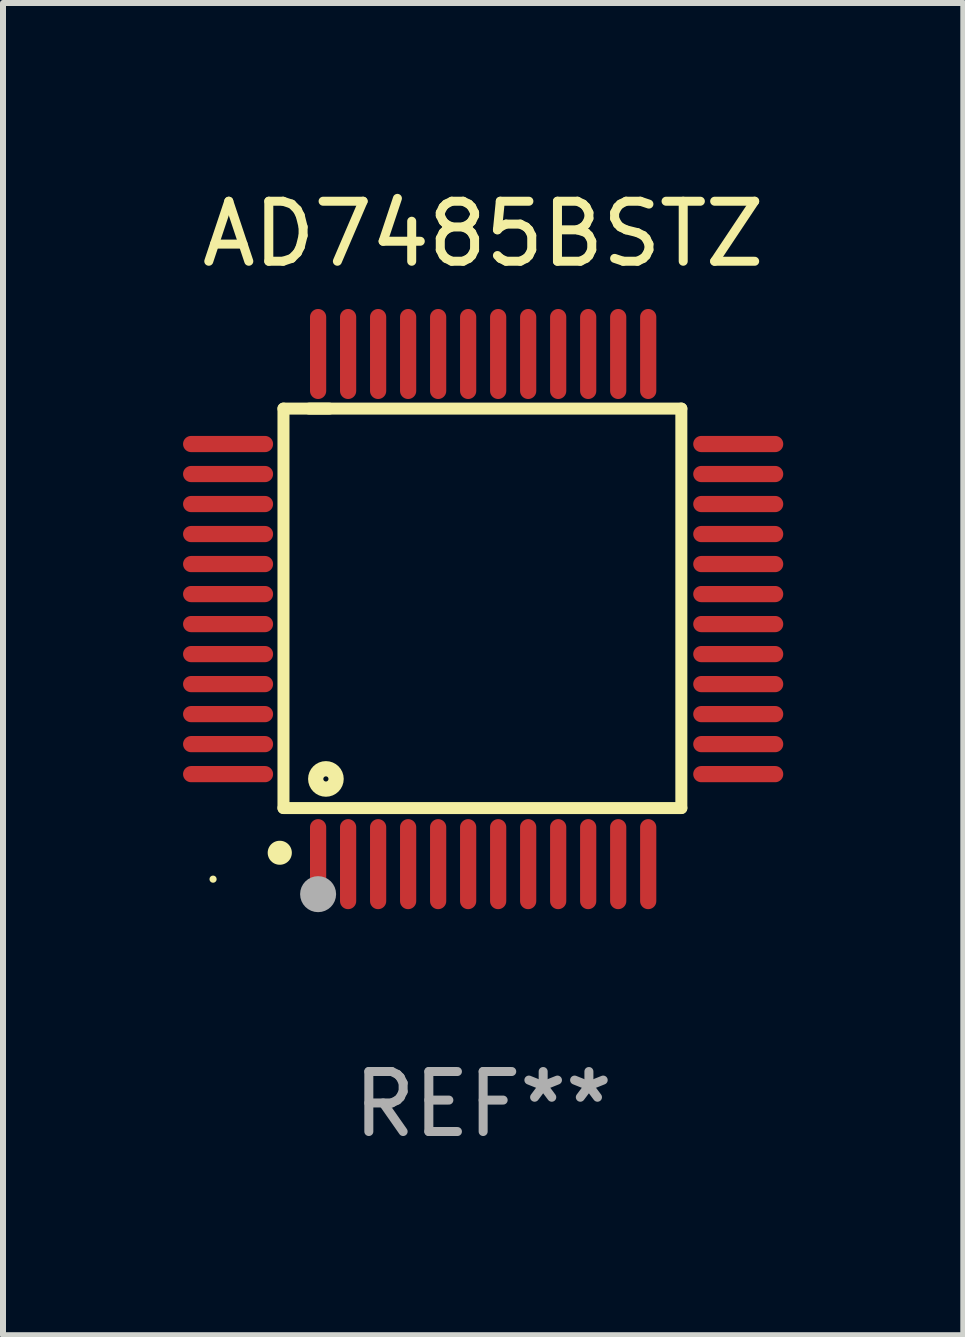
<source format=kicad_pcb>
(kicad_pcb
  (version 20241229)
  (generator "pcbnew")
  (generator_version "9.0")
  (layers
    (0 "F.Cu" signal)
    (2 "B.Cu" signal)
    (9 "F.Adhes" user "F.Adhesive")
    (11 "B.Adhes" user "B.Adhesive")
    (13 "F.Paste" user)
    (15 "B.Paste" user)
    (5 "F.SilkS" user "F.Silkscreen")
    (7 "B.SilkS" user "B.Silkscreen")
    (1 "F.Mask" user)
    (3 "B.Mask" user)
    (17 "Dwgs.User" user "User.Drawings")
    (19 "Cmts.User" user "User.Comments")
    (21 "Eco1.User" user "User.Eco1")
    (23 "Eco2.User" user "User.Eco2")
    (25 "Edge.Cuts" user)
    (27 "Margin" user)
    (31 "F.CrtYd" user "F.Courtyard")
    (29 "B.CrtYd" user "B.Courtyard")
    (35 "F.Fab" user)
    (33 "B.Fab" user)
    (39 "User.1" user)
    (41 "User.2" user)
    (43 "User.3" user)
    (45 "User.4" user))
  (footprint "AD7485BSTZ"
    (layer "F.Cu")
    (at 5 7.098)
    (property "Reference" "AD7485BSTZ" (at 0 -6.25 0) (layer "F.SilkS") (effects (font (size 1 1) (thickness 0.15))))
    (attr through_hole)
    (fp_line (start -3.327 -3.34) (end -2.565 -3.34) (stroke (width 0.2) (type solid)) (layer "F.SilkS"))
    (fp_line (start -3.327 3.315) (end -3.327 -3.34) (stroke (width 0.2) (type solid)) (layer "F.SilkS"))
    (fp_line (start -2.896 -3.34) (end 3.302 -3.34) (stroke (width 0.2) (type solid)) (layer "F.SilkS"))
    (fp_line (start 3.302 -3.34) (end 3.302 3.315) (stroke (width 0.2) (type solid)) (layer "F.SilkS"))
    (fp_line (start 3.302 3.315) (end -3.327 3.315) (stroke (width 0.2) (type solid)) (layer "F.SilkS"))
    (fp_arc (start -3.389992 4.059995) (mid -3.388722 4.059991) (end -3.387452 4.059995) (stroke (width 0.4) (type solid)) (layer "F.SilkS"))
    (fp_circle (center -4.5 4.5) (end -4.47 4.5) (stroke (width 0.06) (type solid)) (fill no) (layer "F.SilkS"))
    (fp_circle (center -2.62 2.83) (end -2.45 2.83) (stroke (width 0.254) (type solid)) (fill no) (layer "F.SilkS"))
    (fp_circle (center -2.75 4.75) (end -2.6 4.75) (stroke (width 0.3) (type solid)) (fill no) (layer "F.Fab"))
    (fp_text user "REF**" (at 0 8.25 0) (layer "F.Fab") (effects (font (size 1 1) (thickness 0.15))))
    (pad "1" smd oval (at -2.75 4.25) (size 0.27 1.5) (layers "F.Cu" "F.Mask" "F.Paste"))
    (pad "2" smd oval (at -2.25 4.25) (size 0.27 1.5) (layers "F.Cu" "F.Mask" "F.Paste"))
    (pad "3" smd oval (at -1.75 4.25) (size 0.27 1.5) (layers "F.Cu" "F.Mask" "F.Paste"))
    (pad "4" smd oval (at -1.25 4.25) (size 0.27 1.5) (layers "F.Cu" "F.Mask" "F.Paste"))
    (pad "5" smd oval (at -0.75 4.25) (size 0.27 1.5) (layers "F.Cu" "F.Mask" "F.Paste"))
    (pad "6" smd oval (at -0.25 4.25) (size 0.27 1.5) (layers "F.Cu" "F.Mask" "F.Paste"))
    (pad "7" smd oval (at 0.25 4.25) (size 0.27 1.5) (layers "F.Cu" "F.Mask" "F.Paste"))
    (pad "8" smd oval (at 0.75 4.25) (size 0.27 1.5) (layers "F.Cu" "F.Mask" "F.Paste"))
    (pad "9" smd oval (at 1.25 4.25) (size 0.27 1.5) (layers "F.Cu" "F.Mask" "F.Paste"))
    (pad "10" smd oval (at 1.75 4.25) (size 0.27 1.5) (layers "F.Cu" "F.Mask" "F.Paste"))
    (pad "11" smd oval (at 2.25 4.25) (size 0.27 1.5) (layers "F.Cu" "F.Mask" "F.Paste"))
    (pad "12" smd oval (at 2.75 4.25) (size 0.27 1.5) (layers "F.Cu" "F.Mask" "F.Paste"))
    (pad "13" smd oval (at 4.25 2.75) (size 1.5 0.27) (layers "F.Cu" "F.Mask" "F.Paste"))
    (pad "14" smd oval (at 4.25 2.25) (size 1.5 0.27) (layers "F.Cu" "F.Mask" "F.Paste"))
    (pad "15" smd oval (at 4.25 1.75) (size 1.5 0.27) (layers "F.Cu" "F.Mask" "F.Paste"))
    (pad "16" smd oval (at 4.25 1.25) (size 1.5 0.27) (layers "F.Cu" "F.Mask" "F.Paste"))
    (pad "17" smd oval (at 4.25 0.75) (size 1.5 0.27) (layers "F.Cu" "F.Mask" "F.Paste"))
    (pad "18" smd oval (at 4.25 0.25) (size 1.5 0.27) (layers "F.Cu" "F.Mask" "F.Paste"))
    (pad "19" smd oval (at 4.25 -0.25) (size 1.5 0.27) (layers "F.Cu" "F.Mask" "F.Paste"))
    (pad "20" smd oval (at 4.25 -0.75) (size 1.5 0.27) (layers "F.Cu" "F.Mask" "F.Paste"))
    (pad "21" smd oval (at 4.25 -1.25) (size 1.5 0.27) (layers "F.Cu" "F.Mask" "F.Paste"))
    (pad "22" smd oval (at 4.25 -1.75) (size 1.5 0.27) (layers "F.Cu" "F.Mask" "F.Paste"))
    (pad "23" smd oval (at 4.25 -2.25) (size 1.5 0.27) (layers "F.Cu" "F.Mask" "F.Paste"))
    (pad "24" smd oval (at 4.25 -2.75) (size 1.5 0.27) (layers "F.Cu" "F.Mask" "F.Paste"))
    (pad "25" smd oval (at 2.75 -4.25) (size 0.27 1.5) (layers "F.Cu" "F.Mask" "F.Paste"))
    (pad "26" smd oval (at 2.25 -4.25) (size 0.27 1.5) (layers "F.Cu" "F.Mask" "F.Paste"))
    (pad "27" smd oval (at 1.75 -4.25) (size 0.27 1.5) (layers "F.Cu" "F.Mask" "F.Paste"))
    (pad "28" smd oval (at 1.25 -4.25) (size 0.27 1.5) (layers "F.Cu" "F.Mask" "F.Paste"))
    (pad "29" smd oval (at 0.75 -4.25) (size 0.27 1.5) (layers "F.Cu" "F.Mask" "F.Paste"))
    (pad "30" smd oval (at 0.25 -4.25) (size 0.27 1.5) (layers "F.Cu" "F.Mask" "F.Paste"))
    (pad "31" smd oval (at -0.25 -4.25) (size 0.27 1.5) (layers "F.Cu" "F.Mask" "F.Paste"))
    (pad "32" smd oval (at -0.75 -4.25) (size 0.27 1.5) (layers "F.Cu" "F.Mask" "F.Paste"))
    (pad "33" smd oval (at -1.25 -4.25) (size 0.27 1.5) (layers "F.Cu" "F.Mask" "F.Paste"))
    (pad "34" smd oval (at -1.75 -4.25) (size 0.27 1.5) (layers "F.Cu" "F.Mask" "F.Paste"))
    (pad "35" smd oval (at -2.25 -4.25) (size 0.27 1.5) (layers "F.Cu" "F.Mask" "F.Paste"))
    (pad "36" smd oval (at -2.75 -4.25) (size 0.27 1.5) (layers "F.Cu" "F.Mask" "F.Paste"))
    (pad "37" smd oval (at -4.25 -2.75) (size 1.5 0.27) (layers "F.Cu" "F.Mask" "F.Paste"))
    (pad "38" smd oval (at -4.25 -2.25) (size 1.5 0.27) (layers "F.Cu" "F.Mask" "F.Paste"))
    (pad "39" smd oval (at -4.25 -1.75) (size 1.5 0.27) (layers "F.Cu" "F.Mask" "F.Paste"))
    (pad "40" smd oval (at -4.25 -1.25) (size 1.5 0.27) (layers "F.Cu" "F.Mask" "F.Paste"))
    (pad "41" smd oval (at -4.25 -0.75) (size 1.5 0.27) (layers "F.Cu" "F.Mask" "F.Paste"))
    (pad "42" smd oval (at -4.25 -0.25) (size 1.5 0.27) (layers "F.Cu" "F.Mask" "F.Paste"))
    (pad "43" smd oval (at -4.25 0.25) (size 1.5 0.27) (layers "F.Cu" "F.Mask" "F.Paste"))
    (pad "44" smd oval (at -4.25 0.75) (size 1.5 0.27) (layers "F.Cu" "F.Mask" "F.Paste"))
    (pad "45" smd oval (at -4.25 1.25) (size 1.5 0.27) (layers "F.Cu" "F.Mask" "F.Paste"))
    (pad "46" smd oval (at -4.25 1.75) (size 1.5 0.27) (layers "F.Cu" "F.Mask" "F.Paste"))
    (pad "47" smd oval (at -4.25 2.25) (size 1.5 0.27) (layers "F.Cu" "F.Mask" "F.Paste"))
    (pad "48" smd oval (at -4.25 2.75) (size 1.5 0.27) (layers "F.Cu" "F.Mask" "F.Paste")))
  (gr_rect
    (start -3 -3)
    (end 13 19.196)
    (stroke (width 0.1) (type default))
    (fill no)
    (layer "Edge.Cuts")))
</source>
